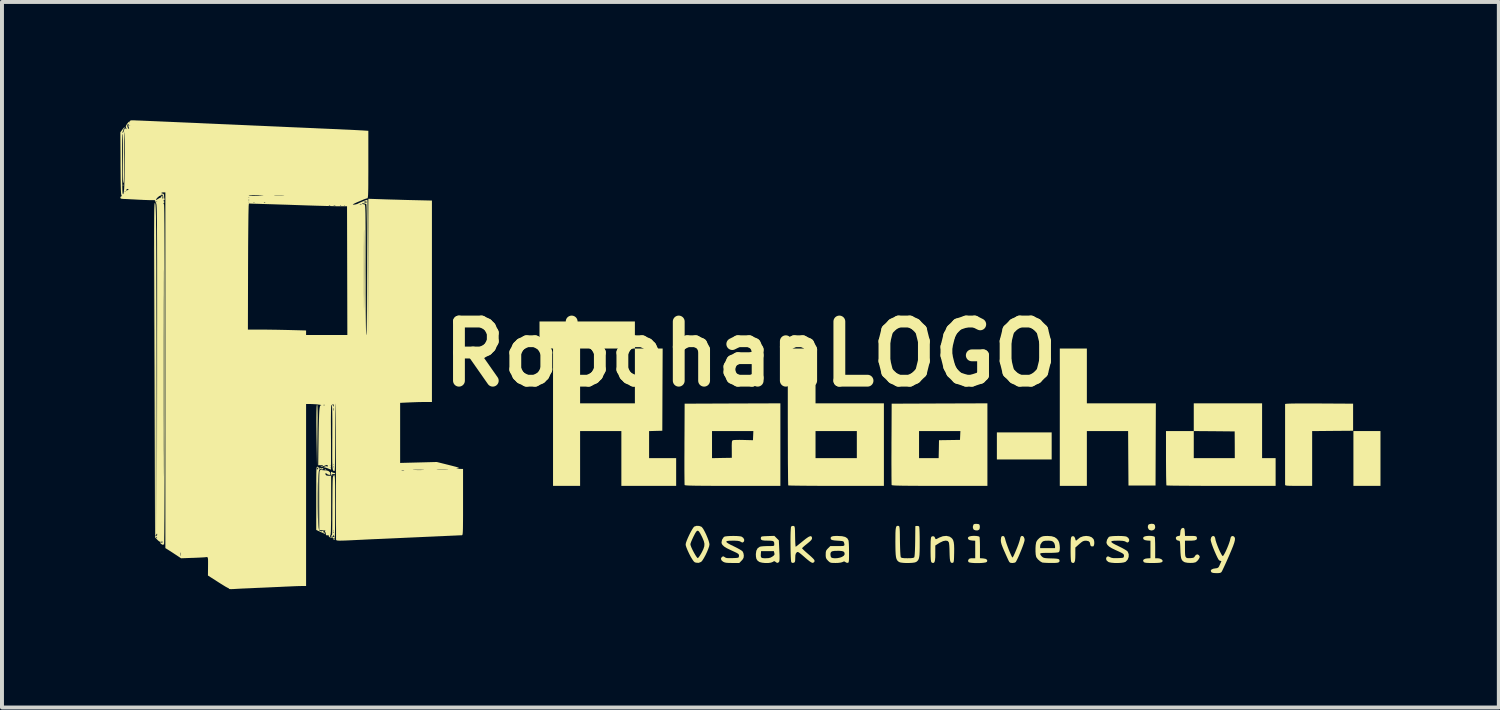
<source format=kicad_pcb>
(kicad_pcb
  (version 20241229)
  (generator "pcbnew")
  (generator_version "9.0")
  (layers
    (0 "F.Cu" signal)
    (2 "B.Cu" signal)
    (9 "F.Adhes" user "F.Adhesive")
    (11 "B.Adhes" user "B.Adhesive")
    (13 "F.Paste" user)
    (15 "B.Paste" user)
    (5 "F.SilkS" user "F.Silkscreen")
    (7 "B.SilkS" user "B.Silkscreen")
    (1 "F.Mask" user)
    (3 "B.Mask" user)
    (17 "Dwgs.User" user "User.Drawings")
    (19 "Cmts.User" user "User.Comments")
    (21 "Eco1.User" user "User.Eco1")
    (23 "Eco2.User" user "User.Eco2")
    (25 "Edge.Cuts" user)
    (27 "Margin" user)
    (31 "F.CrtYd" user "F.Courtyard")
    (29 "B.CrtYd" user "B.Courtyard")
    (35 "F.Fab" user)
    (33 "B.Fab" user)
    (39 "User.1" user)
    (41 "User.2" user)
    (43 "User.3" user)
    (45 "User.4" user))
  (footprint "RobohanLOGO"
    (layer "F.Cu")
    (at 15.977 5.922)
    (property "Reference" "RobohanLOGO" (at 0 0 0) (layer "F.SilkS") (effects (font (size 1.5 1.5) (thickness 0.3))))
    (attr board_only exclude_from_pos_files exclude_from_bom)
    (fp_poly (pts (xy -10.985 1.297) (xy -10.985 1.297) (xy -10.985 1.295)) (stroke (width 0) (type solid)) (fill yes) (layer "F.SilkS"))
    (fp_poly (pts (xy -10.95 2.821) (xy -10.95 2.821) (xy -10.95 2.821)) (stroke (width 0) (type solid)) (fill yes) (layer "F.SilkS"))
    (fp_poly (pts (xy -10.908 2.873) (xy -10.916 2.881) (xy -10.925 2.873) (xy -10.916 2.864)) (stroke (width 0) (type solid)) (fill yes) (layer "F.SilkS"))
    (fp_poly (pts (xy -15.904 -4.291) (xy -15.902 -4.264) (xy -15.905 -4.258) (xy -15.913 -4.263) (xy -15.914 -4.28) (xy -15.91 -4.299)) (stroke (width 0) (type solid)) (fill yes) (layer "F.SilkS"))
    (fp_poly (pts (xy -10.78 2.926) (xy -10.756 2.94) (xy -10.76 2.949) (xy -10.77 2.95) (xy -10.793 2.937) (xy -10.796 2.933) (xy -10.793 2.923)) (stroke (width 0) (type solid)) (fill yes) (layer "F.SilkS"))
    (fp_poly (pts (xy 7.632 2.332) (xy 7.632 2.675) (xy 6.937 2.675) (xy 6.243 2.675) (xy 6.243 2.332) (xy 6.243 1.989) (xy 6.937 1.989) (xy 7.632 1.989)) (stroke (width 0) (type solid)) (fill yes) (layer "F.SilkS"))
    (fp_poly (pts (xy 15.967 2.65) (xy 15.967 3.344) (xy 15.624 3.344) (xy 15.281 3.344) (xy 15.281 2.65) (xy 15.281 1.955) (xy 15.624 1.955) (xy 15.967 1.955)) (stroke (width 0) (type solid)) (fill yes) (layer "F.SilkS"))
    (fp_poly (pts (xy -10.985 1.297) (xy -10.994 2.058) (xy -11.002 2.821) (xy -11.007 2.052) (xy -11.007 1.863) (xy -11.008 1.706) (xy -11.007 1.578) (xy -11.006 1.477) (xy -11.004 1.401) (xy -11.002 1.347) (xy -10.998 1.312) (xy -10.994 1.294) (xy -10.989 1.291)) (stroke (width 0) (type solid)) (fill yes) (layer "F.SilkS"))
    (fp_poly (pts (xy -10.984 1.3) (xy -10.979 1.326) (xy -10.975 1.371) (xy -10.971 1.437) (xy -10.968 1.527) (xy -10.965 1.642) (xy -10.963 1.787) (xy -10.96 1.962) (xy -10.959 2.059) (xy -10.95 2.821) (xy -10.968 2.821) (xy -10.977 2.058) (xy -10.985 1.297)) (stroke (width 0) (type solid)) (fill yes) (layer "F.SilkS"))
    (fp_poly (pts (xy 10.221 4.312) (xy 10.247 4.337) (xy 10.256 4.386) (xy 10.256 4.4) (xy 10.242 4.441) (xy 10.206 4.467) (xy 10.159 4.476) (xy 10.113 4.463) (xy 10.094 4.449) (xy 10.071 4.407) (xy 10.071 4.359) (xy 10.088 4.325) (xy 10.118 4.312) (xy 10.164 4.305) (xy 10.172 4.305)) (stroke (width 0) (type solid)) (fill yes) (layer "F.SilkS"))
    (fp_poly (pts (xy 5.739 4.308) (xy 5.782 4.314) (xy 5.803 4.33) (xy 5.81 4.364) (xy 5.811 4.37) (xy 5.809 4.417) (xy 5.796 4.451) (xy 5.796 4.452) (xy 5.76 4.472) (xy 5.711 4.474) (xy 5.665 4.459) (xy 5.652 4.449) (xy 5.635 4.411) (xy 5.636 4.363) (xy 5.654 4.321) (xy 5.657 4.318) (xy 5.683 4.309) (xy 5.727 4.307)) (stroke (width 0) (type solid)) (fill yes) (layer "F.SilkS"))
    (fp_poly (pts (xy -10.609 2.997) (xy -10.583 3.012) (xy -10.58 3.012) (xy -10.549 3.016) (xy -10.548 3.016) (xy -10.531 3.032) (xy -10.53 3.038) (xy -10.545 3.049) (xy -10.573 3.046) (xy -10.603 3.042) (xy -10.607 3.055) (xy -10.605 3.061) (xy -10.605 3.083) (xy -10.612 3.087) (xy -10.627 3.072) (xy -10.637 3.036) (xy -10.637 3.036) (xy -10.638 2.995) (xy -10.626 2.985)) (stroke (width 0) (type solid)) (fill yes) (layer "F.SilkS"))
    (fp_poly (pts (xy 8.524 0.557) (xy 8.524 1.252) (xy 9.399 1.252) (xy 10.273 1.252) (xy 10.269 2.294) (xy 10.265 3.336) (xy 9.922 3.336) (xy 9.579 3.336) (xy 9.574 2.645) (xy 9.57 1.955) (xy 9.047 1.955) (xy 8.524 1.955) (xy 8.524 2.65) (xy 8.524 3.344) (xy 8.181 3.344) (xy 7.838 3.344) (xy 7.838 1.604) (xy 7.838 -0.137) (xy 8.181 -0.137) (xy 8.524 -0.137)) (stroke (width 0) (type solid)) (fill yes) (layer "F.SilkS"))
    (fp_poly (pts (xy -2.933 -0.48) (xy -2.933 -0.137) (xy -3.627 -0.137) (xy -4.322 -0.137) (xy -4.322 0.557) (xy -4.322 1.252) (xy -3.627 1.252) (xy -2.933 1.252) (xy -2.933 0.557) (xy -2.933 -0.137) (xy -2.581 -0.137) (xy -2.229 -0.137) (xy -2.234 0.905) (xy -2.238 1.947) (xy -2.405 1.951) (xy -2.573 1.956) (xy -2.573 2.299) (xy -2.573 2.641) (xy -2.23 2.641) (xy -1.887 2.641) (xy -1.887 2.993) (xy -1.887 3.344) (xy -2.581 3.344) (xy -3.276 3.344) (xy -3.276 2.65) (xy -3.276 1.955) (xy -3.799 1.955) (xy -4.322 1.955) (xy -4.322 2.65) (xy -4.322 3.344) (xy -4.665 3.344) (xy -5.008 3.344) (xy -5.008 1.604) (xy -5.008 -0.137) (xy -5.179 -0.137) (xy -5.351 -0.137) (xy -5.351 -0.48) (xy -5.351 -0.823) (xy -4.142 -0.823) (xy -2.933 -0.823)) (stroke (width 0) (type solid)) (fill yes) (layer "F.SilkS"))
    (fp_poly (pts (xy 5.722 4.614) (xy 5.772 4.622) (xy 5.801 4.636) (xy 5.804 4.641) (xy 5.807 4.667) (xy 5.81 4.72) (xy 5.813 4.795) (xy 5.814 4.883) (xy 5.814 4.923) (xy 5.814 5.178) (xy 5.894 5.183) (xy 5.956 5.194) (xy 5.992 5.217) (xy 6 5.248) (xy 5.987 5.272) (xy 5.959 5.285) (xy 5.906 5.294) (xy 5.836 5.3) (xy 5.757 5.302) (xy 5.678 5.301) (xy 5.607 5.296) (xy 5.553 5.288) (xy 5.524 5.276) (xy 5.523 5.275) (xy 5.512 5.244) (xy 5.522 5.215) (xy 5.543 5.191) (xy 5.581 5.181) (xy 5.617 5.179) (xy 5.694 5.179) (xy 5.694 4.957) (xy 5.694 4.735) (xy 5.614 4.73) (xy 5.552 4.719) (xy 5.516 4.696) (xy 5.508 4.665) (xy 5.521 4.641) (xy 5.551 4.625) (xy 5.601 4.615) (xy 5.661 4.611)) (stroke (width 0) (type solid)) (fill yes) (layer "F.SilkS"))
    (fp_poly (pts (xy 10.164 4.614) (xy 10.214 4.622) (xy 10.243 4.636) (xy 10.246 4.641) (xy 10.249 4.667) (xy 10.252 4.72) (xy 10.255 4.795) (xy 10.256 4.883) (xy 10.256 4.924) (xy 10.256 5.179) (xy 10.323 5.179) (xy 10.378 5.188) (xy 10.421 5.209) (xy 10.444 5.238) (xy 10.445 5.246) (xy 10.438 5.268) (xy 10.414 5.283) (xy 10.369 5.293) (xy 10.298 5.298) (xy 10.197 5.3) (xy 10.195 5.3) (xy 10.103 5.299) (xy 10.039 5.296) (xy 9.998 5.29) (xy 9.973 5.281) (xy 9.963 5.272) (xy 9.949 5.237) (xy 9.966 5.209) (xy 10.011 5.189) (xy 10.056 5.183) (xy 10.136 5.178) (xy 10.136 4.957) (xy 10.136 4.735) (xy 10.056 4.73) (xy 9.994 4.719) (xy 9.958 4.696) (xy 9.95 4.665) (xy 9.963 4.641) (xy 9.993 4.625) (xy 10.043 4.615) (xy 10.103 4.611)) (stroke (width 0) (type solid)) (fill yes) (layer "F.SilkS"))
    (fp_poly (pts (xy 12.966 1.947) (xy 12.966 2.641) (xy 13.137 2.641) (xy 13.309 2.641) (xy 13.309 2.993) (xy 13.309 3.344) (xy 11.931 3.344) (xy 11.717 3.344) (xy 11.512 3.344) (xy 11.32 3.343) (xy 11.144 3.342) (xy 10.984 3.341) (xy 10.846 3.34) (xy 10.73 3.339) (xy 10.639 3.337) (xy 10.577 3.335) (xy 10.545 3.334) (xy 10.542 3.333) (xy 10.539 3.314) (xy 10.537 3.264) (xy 10.535 3.188) (xy 10.533 3.088) (xy 10.532 2.969) (xy 10.531 2.834) (xy 10.53 2.687) (xy 10.53 2.638) (xy 10.53 1.955) (xy 10.882 1.955) (xy 11.234 1.955) (xy 11.234 2.298) (xy 11.234 2.641) (xy 11.754 2.641) (xy 12.274 2.641) (xy 12.273 2.302) (xy 12.271 1.964) (xy 11.752 1.959) (xy 11.234 1.955) (xy 11.234 1.604) (xy 11.234 1.252) (xy 12.1 1.252) (xy 12.966 1.252)) (stroke (width 0) (type solid)) (fill yes) (layer "F.SilkS"))
    (fp_poly (pts (xy 14.38 1.256) (xy 14.411 1.256) (xy 15.273 1.261) (xy 15.273 1.604) (xy 15.273 1.947) (xy 14.754 1.951) (xy 14.235 1.956) (xy 14.235 2.65) (xy 14.235 3.344) (xy 13.892 3.344) (xy 13.774 3.344) (xy 13.685 3.343) (xy 13.623 3.341) (xy 13.583 3.337) (xy 13.56 3.331) (xy 13.55 3.324) (xy 13.549 3.319) (xy 13.549 3.297) (xy 13.549 3.245) (xy 13.549 3.164) (xy 13.549 3.058) (xy 13.549 2.931) (xy 13.549 2.784) (xy 13.549 2.622) (xy 13.549 2.448) (xy 13.549 2.29) (xy 13.549 2.107) (xy 13.549 1.935) (xy 13.549 1.775) (xy 13.549 1.632) (xy 13.549 1.509) (xy 13.549 1.407) (xy 13.549 1.332) (xy 13.549 1.284) (xy 13.549 1.269) (xy 13.566 1.265) (xy 13.617 1.261) (xy 13.703 1.258) (xy 13.822 1.256) (xy 13.974 1.255) (xy 14.16 1.255)) (stroke (width 0) (type solid)) (fill yes) (layer "F.SilkS"))
    (fp_poly (pts (xy 6.003 2.298) (xy 6.003 3.344) (xy 4.793 3.344) (xy 4.55 3.344) (xy 4.34 3.344) (xy 4.16 3.343) (xy 4.008 3.342) (xy 3.883 3.341) (xy 3.782 3.339) (xy 3.704 3.337) (xy 3.646 3.334) (xy 3.607 3.331) (xy 3.584 3.327) (xy 3.575 3.323) (xy 3.575 3.323) (xy 3.574 3.302) (xy 3.573 3.25) (xy 3.572 3.17) (xy 3.571 3.065) (xy 3.571 2.938) (xy 3.57 2.792) (xy 3.57 2.63) (xy 3.571 2.455) (xy 3.571 2.281) (xy 3.573 1.955) (xy 4.27 1.955) (xy 4.27 2.298) (xy 4.27 2.641) (xy 4.519 2.641) (xy 4.767 2.641) (xy 4.772 2.414) (xy 4.776 2.187) (xy 5.042 2.183) (xy 5.308 2.179) (xy 5.313 2.067) (xy 5.318 1.955) (xy 4.794 1.955) (xy 4.27 1.955) (xy 3.573 1.955) (xy 3.576 1.261) (xy 4.789 1.256) (xy 6.003 1.252)) (stroke (width 0) (type solid)) (fill yes) (layer "F.SilkS"))
    (fp_poly (pts (xy 1.646 0.557) (xy 1.646 1.252) (xy 2.513 1.252) (xy 3.379 1.252) (xy 3.379 2.298) (xy 3.379 3.344) (xy 2.172 3.344) (xy 1.972 3.344) (xy 1.782 3.344) (xy 1.604 3.343) (xy 1.443 3.342) (xy 1.299 3.341) (xy 1.177 3.339) (xy 1.079 3.338) (xy 1.007 3.336) (xy 0.965 3.334) (xy 0.955 3.333) (xy 0.953 3.315) (xy 0.952 3.264) (xy 0.95 3.184) (xy 0.949 3.077) (xy 0.948 2.944) (xy 0.946 2.789) (xy 0.945 2.613) (xy 0.945 2.419) (xy 0.944 2.209) (xy 0.944 1.986) (xy 0.944 1.955) (xy 1.646 1.955) (xy 1.646 2.298) (xy 1.646 2.641) (xy 2.17 2.641) (xy 2.693 2.641) (xy 2.693 2.298) (xy 2.693 1.955) (xy 2.17 1.955) (xy 1.646 1.955) (xy 0.944 1.955) (xy 0.943 1.752) (xy 0.943 1.592) (xy 0.943 -0.137) (xy 1.295 -0.137) (xy 1.646 -0.137)) (stroke (width 0) (type solid)) (fill yes) (layer "F.SilkS"))
    (fp_poly (pts (xy 0.755 2.298) (xy 0.755 3.344) (xy -0.455 3.344) (xy -0.698 3.344) (xy -0.908 3.344) (xy -1.088 3.343) (xy -1.24 3.342) (xy -1.365 3.341) (xy -1.466 3.339) (xy -1.544 3.337) (xy -1.602 3.334) (xy -1.641 3.331) (xy -1.664 3.327) (xy -1.673 3.323) (xy -1.673 3.323) (xy -1.674 3.302) (xy -1.675 3.25) (xy -1.676 3.17) (xy -1.677 3.065) (xy -1.678 2.938) (xy -1.678 2.792) (xy -1.678 2.63) (xy -1.677 2.455) (xy -1.677 2.281) (xy -1.675 1.955) (xy -0.978 1.955) (xy -0.978 2.299) (xy -0.978 2.642) (xy -0.727 2.637) (xy -0.476 2.633) (xy -0.477 2.415) (xy -0.478 2.325) (xy -0.476 2.263) (xy -0.473 2.224) (xy -0.466 2.202) (xy -0.456 2.191) (xy -0.443 2.186) (xy -0.413 2.182) (xy -0.357 2.18) (xy -0.281 2.179) (xy -0.193 2.18) (xy -0.174 2.181) (xy 0.06 2.187) (xy 0.065 2.071) (xy 0.07 1.955) (xy -0.454 1.955) (xy -0.978 1.955) (xy -1.675 1.955) (xy -1.672 1.261) (xy -0.459 1.256) (xy 0.755 1.252)) (stroke (width 0) (type solid)) (fill yes) (layer "F.SilkS"))
    (fp_poly (pts (xy 8.583 4.622) (xy 8.648 4.649) (xy 8.693 4.694) (xy 8.695 4.698) (xy 8.709 4.742) (xy 8.713 4.794) (xy 8.707 4.842) (xy 8.693 4.873) (xy 8.687 4.877) (xy 8.645 4.88) (xy 8.616 4.858) (xy 8.61 4.833) (xy 8.599 4.777) (xy 8.565 4.745) (xy 8.506 4.734) (xy 8.501 4.734) (xy 8.459 4.737) (xy 8.423 4.749) (xy 8.383 4.776) (xy 8.33 4.821) (xy 8.232 4.908) (xy 8.232 5.083) (xy 8.23 5.176) (xy 8.224 5.239) (xy 8.211 5.278) (xy 8.191 5.296) (xy 8.172 5.3) (xy 8.145 5.289) (xy 8.133 5.279) (xy 8.124 5.257) (xy 8.118 5.209) (xy 8.114 5.132) (xy 8.112 5.024) (xy 8.112 4.955) (xy 8.113 4.843) (xy 8.114 4.761) (xy 8.117 4.703) (xy 8.122 4.665) (xy 8.13 4.642) (xy 8.139 4.629) (xy 8.174 4.617) (xy 8.206 4.634) (xy 8.227 4.674) (xy 8.229 4.688) (xy 8.239 4.724) (xy 8.257 4.73) (xy 8.287 4.704) (xy 8.294 4.698) (xy 8.354 4.651) (xy 8.428 4.623) (xy 8.507 4.613)) (stroke (width 0) (type solid)) (fill yes) (layer "F.SilkS"))
    (fp_poly (pts (xy 6.898 4.615) (xy 6.925 4.638) (xy 6.943 4.684) (xy 6.946 4.717) (xy 6.939 4.752) (xy 6.921 4.811) (xy 6.894 4.886) (xy 6.861 4.971) (xy 6.825 5.058) (xy 6.79 5.14) (xy 6.757 5.21) (xy 6.731 5.26) (xy 6.719 5.278) (xy 6.692 5.292) (xy 6.646 5.299) (xy 6.636 5.3) (xy 6.588 5.295) (xy 6.56 5.276) (xy 6.546 5.252) (xy 6.53 5.219) (xy 6.504 5.162) (xy 6.471 5.089) (xy 6.435 5.007) (xy 6.431 5) (xy 6.39 4.903) (xy 6.363 4.831) (xy 6.348 4.776) (xy 6.343 4.731) (xy 6.343 4.717) (xy 6.35 4.656) (xy 6.366 4.623) (xy 6.395 4.615) (xy 6.408 4.616) (xy 6.431 4.633) (xy 6.449 4.676) (xy 6.457 4.709) (xy 6.469 4.752) (xy 6.489 4.813) (xy 6.515 4.884) (xy 6.544 4.96) (xy 6.574 5.032) (xy 6.601 5.094) (xy 6.623 5.14) (xy 6.637 5.161) (xy 6.638 5.162) (xy 6.651 5.147) (xy 6.672 5.107) (xy 6.699 5.048) (xy 6.729 4.977) (xy 6.76 4.902) (xy 6.788 4.828) (xy 6.81 4.763) (xy 6.825 4.713) (xy 6.83 4.691) (xy 6.843 4.639) (xy 6.868 4.614)) (stroke (width 0) (type solid)) (fill yes) (layer "F.SilkS"))
    (fp_poly (pts (xy 5.04 4.629) (xy 5.09 4.662) (xy 5.118 4.692) (xy 5.137 4.729) (xy 5.15 4.778) (xy 5.158 4.843) (xy 5.161 4.932) (xy 5.16 5.047) (xy 5.159 5.077) (xy 5.157 5.166) (xy 5.154 5.226) (xy 5.149 5.263) (xy 5.142 5.284) (xy 5.13 5.293) (xy 5.115 5.296) (xy 5.09 5.295) (xy 5.071 5.278) (xy 5.058 5.243) (xy 5.05 5.184) (xy 5.045 5.098) (xy 5.043 5.02) (xy 5.041 4.936) (xy 5.037 4.861) (xy 5.031 4.804) (xy 5.025 4.775) (xy 4.996 4.741) (xy 4.946 4.732) (xy 4.88 4.745) (xy 4.8 4.783) (xy 4.78 4.795) (xy 4.682 4.856) (xy 4.682 5.057) (xy 4.681 5.156) (xy 4.675 5.224) (xy 4.665 5.268) (xy 4.649 5.292) (xy 4.626 5.299) (xy 4.622 5.3) (xy 4.594 5.289) (xy 4.583 5.279) (xy 4.574 5.257) (xy 4.568 5.209) (xy 4.564 5.132) (xy 4.562 5.024) (xy 4.562 4.955) (xy 4.563 4.842) (xy 4.564 4.759) (xy 4.568 4.7) (xy 4.573 4.662) (xy 4.58 4.64) (xy 4.588 4.631) (xy 4.625 4.618) (xy 4.659 4.633) (xy 4.677 4.665) (xy 4.684 4.687) (xy 4.694 4.696) (xy 4.715 4.691) (xy 4.755 4.67) (xy 4.781 4.656) (xy 4.874 4.621) (xy 4.962 4.612)) (stroke (width 0) (type solid)) (fill yes) (layer "F.SilkS"))
    (fp_poly (pts (xy 3.751 4.359) (xy 3.761 4.364) (xy 3.769 4.375) (xy 3.774 4.397) (xy 3.779 4.434) (xy 3.782 4.491) (xy 3.784 4.572) (xy 3.785 4.68) (xy 3.786 4.75) (xy 3.789 4.892) (xy 3.793 5.006) (xy 3.798 5.089) (xy 3.804 5.14) (xy 3.81 5.157) (xy 3.836 5.17) (xy 3.891 5.177) (xy 3.976 5.179) (xy 3.979 5.179) (xy 4.065 5.177) (xy 4.121 5.17) (xy 4.148 5.157) (xy 4.148 5.157) (xy 4.155 5.13) (xy 4.161 5.071) (xy 4.166 4.981) (xy 4.17 4.86) (xy 4.172 4.749) (xy 4.176 4.365) (xy 4.217 4.359) (xy 4.254 4.363) (xy 4.273 4.376) (xy 4.277 4.399) (xy 4.281 4.452) (xy 4.284 4.528) (xy 4.286 4.622) (xy 4.287 4.729) (xy 4.287 4.773) (xy 4.287 4.908) (xy 4.285 5.014) (xy 4.281 5.094) (xy 4.273 5.154) (xy 4.262 5.197) (xy 4.245 5.229) (xy 4.224 5.253) (xy 4.198 5.273) (xy 4.161 5.286) (xy 4.1 5.295) (xy 4.025 5.299) (xy 3.944 5.3) (xy 3.868 5.296) (xy 3.806 5.288) (xy 3.773 5.278) (xy 3.742 5.259) (xy 3.718 5.234) (xy 3.699 5.199) (xy 3.686 5.15) (xy 3.678 5.083) (xy 3.673 4.993) (xy 3.671 4.876) (xy 3.67 4.766) (xy 3.671 4.635) (xy 3.672 4.534) (xy 3.676 4.46) (xy 3.683 4.41) (xy 3.693 4.378) (xy 3.707 4.361) (xy 3.726 4.357)) (stroke (width 0) (type solid)) (fill yes) (layer "F.SilkS"))
    (fp_poly (pts (xy 11.755 4.624) (xy 11.775 4.66) (xy 11.779 4.682) (xy 11.788 4.727) (xy 11.807 4.788) (xy 11.833 4.859) (xy 11.863 4.933) (xy 11.895 5.004) (xy 11.925 5.063) (xy 11.95 5.106) (xy 11.968 5.124) (xy 11.97 5.124) (xy 11.988 5.107) (xy 12.013 5.064) (xy 12.044 5.004) (xy 12.076 4.933) (xy 12.107 4.858) (xy 12.133 4.787) (xy 12.152 4.728) (xy 12.158 4.699) (xy 12.174 4.642) (xy 12.202 4.615) (xy 12.238 4.62) (xy 12.255 4.631) (xy 12.272 4.653) (xy 12.279 4.683) (xy 12.275 4.727) (xy 12.26 4.786) (xy 12.232 4.866) (xy 12.191 4.968) (xy 12.136 5.097) (xy 12.124 5.125) (xy 12.078 5.23) (xy 12.035 5.326) (xy 11.997 5.408) (xy 11.967 5.471) (xy 11.948 5.51) (xy 11.943 5.518) (xy 11.925 5.54) (xy 11.898 5.551) (xy 11.854 5.556) (xy 11.81 5.557) (xy 11.739 5.553) (xy 11.696 5.543) (xy 11.678 5.53) (xy 11.664 5.495) (xy 11.682 5.466) (xy 11.728 5.445) (xy 11.775 5.437) (xy 11.822 5.43) (xy 11.852 5.417) (xy 11.873 5.39) (xy 11.896 5.34) (xy 11.935 5.251) (xy 11.897 5.242) (xy 11.878 5.231) (xy 11.857 5.205) (xy 11.832 5.158) (xy 11.799 5.088) (xy 11.761 5.001) (xy 11.724 4.911) (xy 11.694 4.829) (xy 11.673 4.762) (xy 11.663 4.718) (xy 11.662 4.711) (xy 11.672 4.658) (xy 11.696 4.625) (xy 11.726 4.613)) (stroke (width 0) (type solid)) (fill yes) (layer "F.SilkS"))
    (fp_poly (pts (xy -1.303 4.36) (xy -1.248 4.38) (xy -1.234 4.392) (xy -1.202 4.433) (xy -1.166 4.498) (xy -1.128 4.575) (xy -1.093 4.658) (xy -1.064 4.735) (xy -1.047 4.798) (xy -1.043 4.829) (xy -1.051 4.877) (xy -1.074 4.944) (xy -1.106 5.022) (xy -1.144 5.102) (xy -1.184 5.175) (xy -1.221 5.234) (xy -1.252 5.27) (xy -1.255 5.272) (xy -1.317 5.296) (xy -1.387 5.291) (xy -1.42 5.278) (xy -1.445 5.254) (xy -1.479 5.205) (xy -1.518 5.14) (xy -1.557 5.065) (xy -1.593 4.988) (xy -1.623 4.917) (xy -1.642 4.859) (xy -1.646 4.829) (xy -1.645 4.824) (xy -1.526 4.824) (xy -1.519 4.858) (xy -1.499 4.91) (xy -1.47 4.971) (xy -1.436 5.036) (xy -1.402 5.096) (xy -1.371 5.143) (xy -1.347 5.171) (xy -1.338 5.176) (xy -1.319 5.159) (xy -1.29 5.119) (xy -1.256 5.063) (xy -1.24 5.034) (xy -1.197 4.947) (xy -1.174 4.877) (xy -1.17 4.813) (xy -1.185 4.746) (xy -1.219 4.664) (xy -1.239 4.622) (xy -1.28 4.544) (xy -1.312 4.496) (xy -1.34 4.479) (xy -1.369 4.494) (xy -1.401 4.539) (xy -1.441 4.616) (xy -1.45 4.634) (xy -1.482 4.703) (xy -1.508 4.764) (xy -1.523 4.808) (xy -1.526 4.824) (xy -1.645 4.824) (xy -1.639 4.789) (xy -1.618 4.73) (xy -1.588 4.658) (xy -1.552 4.581) (xy -1.514 4.506) (xy -1.477 4.442) (xy -1.446 4.395) (xy -1.426 4.375) (xy -1.367 4.357)) (stroke (width 0) (type solid)) (fill yes) (layer "F.SilkS"))
    (fp_poly (pts (xy 10.969 4.41) (xy 10.989 4.42) (xy 11 4.445) (xy 11.006 4.493) (xy 11.007 4.515) (xy 11.012 4.614) (xy 11.156 4.614) (xy 11.227 4.614) (xy 11.271 4.618) (xy 11.295 4.626) (xy 11.308 4.639) (xy 11.311 4.649) (xy 11.315 4.686) (xy 11.297 4.712) (xy 11.253 4.727) (xy 11.18 4.733) (xy 11.146 4.734) (xy 11.011 4.734) (xy 11.011 4.937) (xy 11.012 5.034) (xy 11.016 5.101) (xy 11.027 5.144) (xy 11.048 5.167) (xy 11.081 5.177) (xy 11.13 5.177) (xy 11.151 5.176) (xy 11.207 5.17) (xy 11.239 5.159) (xy 11.257 5.137) (xy 11.259 5.132) (xy 11.288 5.094) (xy 11.325 5.081) (xy 11.359 5.096) (xy 11.365 5.103) (xy 11.382 5.129) (xy 11.385 5.15) (xy 11.372 5.179) (xy 11.354 5.21) (xy 11.319 5.252) (xy 11.28 5.281) (xy 11.275 5.283) (xy 11.219 5.295) (xy 11.147 5.298) (xy 11.073 5.294) (xy 11.011 5.282) (xy 10.99 5.273) (xy 10.956 5.25) (xy 10.932 5.221) (xy 10.915 5.179) (xy 10.904 5.119) (xy 10.897 5.035) (xy 10.894 4.952) (xy 10.891 4.862) (xy 10.887 4.801) (xy 10.883 4.763) (xy 10.875 4.743) (xy 10.864 4.735) (xy 10.848 4.734) (xy 10.846 4.734) (xy 10.807 4.721) (xy 10.783 4.691) (xy 10.78 4.655) (xy 10.789 4.638) (xy 10.821 4.619) (xy 10.85 4.614) (xy 10.875 4.61) (xy 10.887 4.592) (xy 10.891 4.552) (xy 10.891 4.54) (xy 10.899 4.472) (xy 10.921 4.427) (xy 10.956 4.409)) (stroke (width 0) (type solid)) (fill yes) (layer "F.SilkS"))
    (fp_poly (pts (xy 9.4 4.615) (xy 9.467 4.62) (xy 9.516 4.627) (xy 9.526 4.63) (xy 9.57 4.659) (xy 9.595 4.699) (xy 9.596 4.74) (xy 9.583 4.763) (xy 9.56 4.78) (xy 9.538 4.777) (xy 9.512 4.762) (xy 9.479 4.747) (xy 9.43 4.738) (xy 9.358 4.734) (xy 9.305 4.734) (xy 9.22 4.735) (xy 9.166 4.742) (xy 9.142 4.755) (xy 9.149 4.774) (xy 9.188 4.803) (xy 9.259 4.841) (xy 9.336 4.878) (xy 9.416 4.918) (xy 9.484 4.956) (xy 9.535 4.988) (xy 9.559 5.01) (xy 9.585 5.075) (xy 9.584 5.146) (xy 9.559 5.213) (xy 9.511 5.265) (xy 9.502 5.271) (xy 9.457 5.286) (xy 9.388 5.296) (xy 9.307 5.3) (xy 9.222 5.299) (xy 9.146 5.292) (xy 9.087 5.28) (xy 9.07 5.273) (xy 9.027 5.238) (xy 9.01 5.196) (xy 9.021 5.156) (xy 9.027 5.149) (xy 9.048 5.133) (xy 9.072 5.134) (xy 9.111 5.152) (xy 9.15 5.168) (xy 9.2 5.176) (xy 9.27 5.177) (xy 9.313 5.176) (xy 9.383 5.173) (xy 9.427 5.169) (xy 9.45 5.161) (xy 9.46 5.147) (xy 9.464 5.127) (xy 9.465 5.103) (xy 9.459 5.084) (xy 9.441 5.065) (xy 9.407 5.044) (xy 9.352 5.017) (xy 9.271 4.98) (xy 9.255 4.973) (xy 9.156 4.925) (xy 9.087 4.882) (xy 9.045 4.841) (xy 9.024 4.799) (xy 9.021 4.773) (xy 9.036 4.708) (xy 9.072 4.65) (xy 9.088 4.635) (xy 9.118 4.626) (xy 9.172 4.619) (xy 9.243 4.615) (xy 9.322 4.614)) (stroke (width 0) (type solid)) (fill yes) (layer "F.SilkS"))
    (fp_poly (pts (xy 0.659 4.669) (xy 0.716 4.725) (xy 0.728 4.987) (xy 0.733 5.097) (xy 0.734 5.176) (xy 0.732 5.23) (xy 0.726 5.262) (xy 0.72 5.274) (xy 0.689 5.297) (xy 0.655 5.289) (xy 0.633 5.272) (xy 0.608 5.254) (xy 0.584 5.258) (xy 0.563 5.272) (xy 0.516 5.29) (xy 0.448 5.3) (xy 0.369 5.3) (xy 0.293 5.292) (xy 0.231 5.276) (xy 0.212 5.266) (xy 0.171 5.234) (xy 0.146 5.192) (xy 0.135 5.132) (xy 0.135 5.123) (xy 0.258 5.123) (xy 0.268 5.157) (xy 0.296 5.174) (xy 0.349 5.179) (xy 0.381 5.179) (xy 0.452 5.176) (xy 0.503 5.164) (xy 0.549 5.139) (xy 0.552 5.137) (xy 0.591 5.107) (xy 0.606 5.083) (xy 0.603 5.051) (xy 0.602 5.047) (xy 0.589 4.999) (xy 0.428 4.999) (xy 0.266 4.999) (xy 0.26 5.066) (xy 0.258 5.123) (xy 0.135 5.123) (xy 0.133 5.074) (xy 0.145 4.989) (xy 0.179 4.925) (xy 0.234 4.887) (xy 0.27 4.88) (xy 0.329 4.874) (xy 0.403 4.871) (xy 0.438 4.871) (xy 0.514 4.87) (xy 0.561 4.868) (xy 0.587 4.863) (xy 0.598 4.852) (xy 0.6 4.835) (xy 0.6 4.829) (xy 0.598 4.785) (xy 0.586 4.756) (xy 0.559 4.741) (xy 0.51 4.735) (xy 0.44 4.733) (xy 0.356 4.731) (xy 0.301 4.724) (xy 0.271 4.71) (xy 0.259 4.687) (xy 0.26 4.663) (xy 0.264 4.644) (xy 0.275 4.632) (xy 0.299 4.625) (xy 0.343 4.621) (xy 0.413 4.618) (xy 0.434 4.617) (xy 0.602 4.612)) (stroke (width 0) (type solid)) (fill yes) (layer "F.SilkS"))
    (fp_poly (pts (xy -0.359 4.615) (xy -0.291 4.62) (xy -0.243 4.627) (xy -0.232 4.63) (xy -0.189 4.659) (xy -0.164 4.699) (xy -0.163 4.74) (xy -0.176 4.763) (xy -0.199 4.78) (xy -0.221 4.777) (xy -0.247 4.762) (xy -0.28 4.747) (xy -0.329 4.738) (xy -0.401 4.734) (xy -0.454 4.734) (xy -0.539 4.735) (xy -0.593 4.742) (xy -0.617 4.755) (xy -0.609 4.774) (xy -0.57 4.803) (xy -0.5 4.841) (xy -0.423 4.878) (xy -0.343 4.918) (xy -0.274 4.956) (xy -0.224 4.988) (xy -0.2 5.01) (xy -0.181 5.054) (xy -0.172 5.109) (xy -0.172 5.116) (xy -0.178 5.167) (xy -0.202 5.21) (xy -0.23 5.241) (xy -0.288 5.3) (xy -0.466 5.299) (xy -0.552 5.298) (xy -0.612 5.294) (xy -0.654 5.286) (xy -0.688 5.271) (xy -0.7 5.265) (xy -0.741 5.227) (xy -0.752 5.187) (xy -0.731 5.15) (xy -0.717 5.139) (xy -0.687 5.131) (xy -0.655 5.151) (xy -0.633 5.165) (xy -0.602 5.174) (xy -0.553 5.177) (xy -0.48 5.176) (xy -0.461 5.176) (xy -0.386 5.173) (xy -0.339 5.169) (xy -0.312 5.163) (xy -0.3 5.151) (xy -0.296 5.132) (xy -0.295 5.127) (xy -0.294 5.103) (xy -0.3 5.084) (xy -0.317 5.065) (xy -0.351 5.044) (xy -0.407 5.017) (xy -0.488 4.98) (xy -0.503 4.973) (xy -0.602 4.925) (xy -0.671 4.882) (xy -0.714 4.841) (xy -0.735 4.799) (xy -0.737 4.773) (xy -0.723 4.708) (xy -0.686 4.65) (xy -0.67 4.635) (xy -0.641 4.626) (xy -0.586 4.619) (xy -0.515 4.615) (xy -0.437 4.614)) (stroke (width 0) (type solid)) (fill yes) (layer "F.SilkS"))
    (fp_poly (pts (xy 1.098 4.362) (xy 1.109 4.37) (xy 1.117 4.387) (xy 1.122 4.419) (xy 1.125 4.471) (xy 1.127 4.548) (xy 1.128 4.626) (xy 1.13 4.717) (xy 1.133 4.794) (xy 1.137 4.851) (xy 1.141 4.883) (xy 1.143 4.888) (xy 1.159 4.878) (xy 1.196 4.849) (xy 1.248 4.807) (xy 1.311 4.756) (xy 1.318 4.75) (xy 1.402 4.683) (xy 1.464 4.64) (xy 1.509 4.62) (xy 1.538 4.622) (xy 1.553 4.645) (xy 1.557 4.665) (xy 1.555 4.689) (xy 1.539 4.716) (xy 1.506 4.75) (xy 1.45 4.797) (xy 1.433 4.811) (xy 1.377 4.856) (xy 1.334 4.894) (xy 1.308 4.919) (xy 1.304 4.926) (xy 1.316 4.941) (xy 1.349 4.974) (xy 1.398 5.019) (xy 1.457 5.07) (xy 1.531 5.135) (xy 1.581 5.183) (xy 1.611 5.217) (xy 1.622 5.243) (xy 1.619 5.264) (xy 1.61 5.276) (xy 1.591 5.292) (xy 1.569 5.296) (xy 1.537 5.284) (xy 1.493 5.255) (xy 1.432 5.206) (xy 1.369 5.152) (xy 1.3 5.092) (xy 1.251 5.052) (xy 1.218 5.029) (xy 1.197 5.02) (xy 1.181 5.023) (xy 1.166 5.034) (xy 1.165 5.035) (xy 1.146 5.061) (xy 1.135 5.1) (xy 1.132 5.163) (xy 1.132 5.172) (xy 1.13 5.235) (xy 1.122 5.272) (xy 1.106 5.288) (xy 1.105 5.289) (xy 1.068 5.299) (xy 1.043 5.288) (xy 1.032 5.279) (xy 1.027 5.257) (xy 1.022 5.206) (xy 1.018 5.132) (xy 1.015 5.041) (xy 1.013 4.938) (xy 1.012 4.83) (xy 1.011 4.721) (xy 1.012 4.618) (xy 1.014 4.527) (xy 1.018 4.452) (xy 1.022 4.4) (xy 1.027 4.376) (xy 1.054 4.361) (xy 1.082 4.359)) (stroke (width 0) (type solid)) (fill yes) (layer "F.SilkS"))
    (fp_poly (pts (xy 7.63 4.621) (xy 7.706 4.644) (xy 7.765 4.686) (xy 7.804 4.738) (xy 7.823 4.786) (xy 7.834 4.849) (xy 7.839 4.916) (xy 7.835 4.975) (xy 7.822 5.016) (xy 7.817 5.022) (xy 7.79 5.032) (xy 7.732 5.038) (xy 7.641 5.042) (xy 7.569 5.042) (xy 7.475 5.043) (xy 7.41 5.045) (xy 7.37 5.049) (xy 7.348 5.055) (xy 7.341 5.065) (xy 7.34 5.069) (xy 7.352 5.098) (xy 7.381 5.133) (xy 7.385 5.137) (xy 7.408 5.155) (xy 7.433 5.168) (xy 7.469 5.175) (xy 7.523 5.18) (xy 7.603 5.183) (xy 7.619 5.183) (xy 7.706 5.186) (xy 7.764 5.191) (xy 7.8 5.198) (xy 7.82 5.209) (xy 7.826 5.217) (xy 7.834 5.25) (xy 7.822 5.272) (xy 7.805 5.285) (xy 7.776 5.293) (xy 7.727 5.297) (xy 7.653 5.298) (xy 7.608 5.298) (xy 7.529 5.297) (xy 7.461 5.294) (xy 7.412 5.29) (xy 7.392 5.287) (xy 7.337 5.255) (xy 7.284 5.208) (xy 7.246 5.158) (xy 7.239 5.142) (xy 7.227 5.085) (xy 7.222 5.009) (xy 7.222 4.925) (xy 7.222 4.922) (xy 7.34 4.922) (xy 7.529 4.922) (xy 7.718 4.922) (xy 7.718 4.868) (xy 7.703 4.808) (xy 7.68 4.773) (xy 7.654 4.751) (xy 7.62 4.739) (xy 7.568 4.734) (xy 7.534 4.734) (xy 7.47 4.736) (xy 7.428 4.744) (xy 7.398 4.761) (xy 7.383 4.776) (xy 7.348 4.83) (xy 7.34 4.87) (xy 7.34 4.922) (xy 7.222 4.922) (xy 7.227 4.845) (xy 7.238 4.781) (xy 7.245 4.76) (xy 7.274 4.714) (xy 7.319 4.669) (xy 7.334 4.658) (xy 7.375 4.634) (xy 7.415 4.621) (xy 7.468 4.615) (xy 7.529 4.614)) (stroke (width 0) (type solid)) (fill yes) (layer "F.SilkS"))
    (fp_poly (pts (xy 2.319 4.62) (xy 2.398 4.639) (xy 2.451 4.673) (xy 2.48 4.723) (xy 2.482 4.729) (xy 2.487 4.763) (xy 2.491 4.823) (xy 2.494 4.903) (xy 2.495 4.995) (xy 2.495 5.033) (xy 2.495 5.133) (xy 2.494 5.203) (xy 2.491 5.249) (xy 2.485 5.277) (xy 2.477 5.291) (xy 2.465 5.296) (xy 2.464 5.296) (xy 2.427 5.291) (xy 2.404 5.277) (xy 2.378 5.26) (xy 2.35 5.265) (xy 2.332 5.275) (xy 2.289 5.288) (xy 2.22 5.297) (xy 2.155 5.299) (xy 2.087 5.298) (xy 2.042 5.294) (xy 2.011 5.283) (xy 1.984 5.262) (xy 1.962 5.241) (xy 1.928 5.203) (xy 1.911 5.169) (xy 1.904 5.123) (xy 1.904 5.085) (xy 2.024 5.085) (xy 2.03 5.13) (xy 2.044 5.159) (xy 2.079 5.174) (xy 2.136 5.18) (xy 2.203 5.176) (xy 2.268 5.163) (xy 2.316 5.145) (xy 2.364 5.114) (xy 2.383 5.082) (xy 2.384 5.071) (xy 2.378 5.034) (xy 2.358 5.011) (xy 2.317 4.997) (xy 2.251 4.991) (xy 2.204 4.991) (xy 2.123 4.993) (xy 2.07 5.002) (xy 2.04 5.02) (xy 2.026 5.051) (xy 2.024 5.085) (xy 1.904 5.085) (xy 1.906 5.026) (xy 1.916 4.986) (xy 1.94 4.952) (xy 1.962 4.929) (xy 2.02 4.871) (xy 2.202 4.871) (xy 2.285 4.87) (xy 2.339 4.868) (xy 2.368 4.86) (xy 2.379 4.844) (xy 2.377 4.817) (xy 2.369 4.785) (xy 2.361 4.764) (xy 2.347 4.751) (xy 2.319 4.743) (xy 2.27 4.738) (xy 2.205 4.734) (xy 2.126 4.728) (xy 2.075 4.719) (xy 2.046 4.707) (xy 2.035 4.696) (xy 2.027 4.663) (xy 2.04 4.641) (xy 2.06 4.627) (xy 2.097 4.618) (xy 2.157 4.614) (xy 2.21 4.614)) (stroke (width 0) (type solid)) (fill yes) (layer "F.SilkS"))
    (fp_poly (pts (xy -10.976 2.859) (xy -10.948 2.877) (xy -10.942 2.892) (xy -10.936 2.908) (xy -10.924 2.904) (xy -10.885 2.904) (xy -10.883 2.914) (xy -10.873 2.916) (xy -10.859 2.909) (xy -10.862 2.904) (xy -10.882 2.902) (xy -10.885 2.904) (xy -10.924 2.904) (xy -10.911 2.9) (xy -10.908 2.898) (xy -10.877 2.89) (xy -10.847 2.894) (xy -10.829 2.905) (xy -10.833 2.92) (xy -10.838 2.923) (xy -10.87 2.929) (xy -10.885 2.925) (xy -10.902 2.92) (xy -10.916 2.919) (xy -10.928 2.926) (xy -10.937 2.943) (xy -10.945 2.973) (xy -10.95 3.019) (xy -10.954 3.083) (xy -10.957 3.169) (xy -10.958 3.279) (xy -10.959 3.416) (xy -10.959 3.583) (xy -10.959 3.713) (xy -10.959 3.898) (xy -10.959 4.051) (xy -10.959 4.176) (xy -10.957 4.275) (xy -10.954 4.351) (xy -10.95 4.407) (xy -10.943 4.446) (xy -10.934 4.471) (xy -10.922 4.484) (xy -10.907 4.49) (xy -10.888 4.489) (xy -10.866 4.486) (xy -10.855 4.484) (xy -10.819 4.481) (xy -10.813 4.486) (xy -10.832 4.504) (xy -10.832 4.504) (xy -10.849 4.52) (xy -10.843 4.519) (xy -10.816 4.521) (xy -10.795 4.535) (xy -10.779 4.555) (xy -10.786 4.56) (xy -10.818 4.549) (xy -10.878 4.523) (xy -10.903 4.511) (xy -10.923 4.502) (xy -10.891 4.502) (xy -10.882 4.511) (xy -10.873 4.502) (xy -10.882 4.493) (xy -10.891 4.502) (xy -10.923 4.502) (xy -11.011 4.461) (xy -11.011 3.705) (xy -10.986 3.705) (xy -10.986 3.847) (xy -10.985 3.966) (xy -10.985 4.06) (xy -10.984 4.127) (xy -10.984 4.166) (xy -10.983 4.175) (xy -10.982 4.153) (xy -10.981 4.099) (xy -10.981 4.086) (xy -10.979 3.941) (xy -10.979 3.776) (xy -10.979 3.605) (xy -10.98 3.442) (xy -10.981 3.323) (xy -10.982 3.263) (xy -10.983 3.235) (xy -10.983 3.239) (xy -10.984 3.273) (xy -10.985 3.336) (xy -10.985 3.425) (xy -10.986 3.54) (xy -10.986 3.679) (xy -10.986 3.705) (xy -11.011 3.705) (xy -11.011 3.655) (xy -11.011 3.469) (xy -11.01 3.313) (xy -11.01 3.186) (xy -11.009 3.085) (xy -11.008 3.007) (xy -11.006 2.949) (xy -11.003 2.908) (xy -11.002 2.899) (xy -10.989 2.899) (xy -10.984 2.918) (xy -10.97 2.931) (xy -10.963 2.918) (xy -10.963 2.891) (xy -10.966 2.886) (xy -10.982 2.882) (xy -10.989 2.899) (xy -11.002 2.899) (xy -11 2.881) (xy -10.995 2.866) (xy -10.989 2.859) (xy -10.982 2.858)) (stroke (width 0) (type solid)) (fill yes) (layer "F.SilkS"))
    (fp_poly (pts (xy -10.859 2.945) (xy -10.804 2.951) (xy -10.755 2.953) (xy -10.753 2.953) (xy -10.703 2.966) (xy -10.665 2.998) (xy -10.651 3.04) (xy -10.656 3.063) (xy -10.679 3.066) (xy -10.698 3.062) (xy -10.734 3.048) (xy -10.751 3.034) (xy -10.764 3.018) (xy -10.776 3.027) (xy -10.776 3.053) (xy -10.761 3.076) (xy -10.728 3.086) (xy -10.7 3.087) (xy -10.633 3.087) (xy -10.633 3.84) (xy -10.634 4.033) (xy -10.634 4.194) (xy -10.636 4.325) (xy -10.638 4.427) (xy -10.64 4.504) (xy -10.644 4.557) (xy -10.648 4.588) (xy -10.653 4.6) (xy -10.654 4.6) (xy -10.665 4.617) (xy -10.661 4.627) (xy -10.641 4.646) (xy -10.626 4.642) (xy -10.627 4.622) (xy -10.627 4.617) (xy -10.614 4.617) (xy -10.603 4.625) (xy -10.59 4.631) (xy -10.562 4.643) (xy -10.553 4.647) (xy -10.553 4.634) (xy -10.554 4.623) (xy -10.567 4.591) (xy -10.573 4.584) (xy -10.579 4.583) (xy -10.575 4.592) (xy -10.576 4.61) (xy -10.594 4.615) (xy -10.614 4.617) (xy -10.627 4.617) (xy -10.628 4.6) (xy -10.622 4.596) (xy -10.617 4.597) (xy -10.614 4.595) (xy -10.611 4.59) (xy -10.609 4.577) (xy -10.607 4.555) (xy -10.606 4.519) (xy -10.606 4.518) (xy -10.581 4.518) (xy -10.577 4.54) (xy -10.572 4.54) (xy -10.567 4.517) (xy -10.57 4.507) (xy -10.578 4.501) (xy -10.581 4.518) (xy -10.606 4.518) (xy -10.605 4.468) (xy -10.605 4.468) (xy -10.582 4.468) (xy -10.573 4.476) (xy -10.565 4.468) (xy -10.573 4.459) (xy -10.582 4.468) (xy -10.605 4.468) (xy -10.604 4.399) (xy -10.603 4.308) (xy -10.603 4.192) (xy -10.602 4.05) (xy -10.602 3.877) (xy -10.601 3.776) (xy -10.6 3.594) (xy -10.599 3.444) (xy -10.597 3.323) (xy -10.595 3.231) (xy -10.592 3.164) (xy -10.588 3.122) (xy -10.583 3.1) (xy -10.579 3.097) (xy -10.568 3.099) (xy -10.572 3.09) (xy -10.57 3.073) (xy -10.557 3.07) (xy -10.551 3.073) (xy -10.546 3.083) (xy -10.542 3.104) (xy -10.538 3.138) (xy -10.536 3.187) (xy -10.534 3.255) (xy -10.532 3.345) (xy -10.531 3.459) (xy -10.531 3.6) (xy -10.53 3.771) (xy -10.53 3.893) (xy -10.531 4.062) (xy -10.532 4.218) (xy -10.533 4.358) (xy -10.535 4.48) (xy -10.537 4.58) (xy -10.54 4.654) (xy -10.543 4.701) (xy -10.546 4.716) (xy -10.568 4.705) (xy -10.58 4.693) (xy -10.587 4.675) (xy -10.576 4.675) (xy -10.573 4.682) (xy -10.558 4.698) (xy -10.555 4.699) (xy -10.548 4.686) (xy -10.548 4.682) (xy -10.561 4.666) (xy -10.566 4.665) (xy -10.576 4.675) (xy -10.587 4.675) (xy -10.59 4.667) (xy -10.586 4.656) (xy -10.588 4.65) (xy -10.605 4.654) (xy -10.639 4.656) (xy -10.672 4.645) (xy -10.692 4.627) (xy -10.692 4.611) (xy -10.695 4.598) (xy -10.705 4.597) (xy -10.751 4.598) (xy -10.767 4.582) (xy -10.765 4.571) (xy -10.768 4.54) (xy -10.781 4.52) (xy -10.796 4.499) (xy -10.786 4.493) (xy -10.774 4.486) (xy -10.778 4.481) (xy -10.802 4.473) (xy -10.846 4.468) (xy -10.862 4.468) (xy -10.933 4.468) (xy -10.936 3.773) (xy -10.936 3.619) (xy -10.936 3.473) (xy -10.936 3.34) (xy -10.935 3.224) (xy -10.934 3.128) (xy -10.932 3.056) (xy -10.93 3.014) (xy -10.93 3.007) (xy -10.923 2.963) (xy -10.911 2.944) (xy -10.883 2.942)) (stroke (width 0) (type solid)) (fill yes) (layer "F.SilkS"))
    (fp_poly (pts (xy -15.616 -5.921) (xy -15.556 -5.918) (xy -15.465 -5.915) (xy -15.347 -5.91) (xy -15.205 -5.904) (xy -15.042 -5.897) (xy -14.863 -5.889) (xy -14.67 -5.881) (xy -14.466 -5.872) (xy -14.256 -5.863) (xy -14.043 -5.854) (xy -13.83 -5.844) (xy -13.62 -5.835) (xy -13.418 -5.826) (xy -13.226 -5.818) (xy -13.048 -5.81) (xy -12.887 -5.803) (xy -12.751 -5.797) (xy -12.58 -5.789) (xy -12.382 -5.781) (xy -12.164 -5.771) (xy -11.932 -5.761) (xy -11.695 -5.75) (xy -11.458 -5.74) (xy -11.23 -5.73) (xy -11.017 -5.721) (xy -11.011 -5.72) (xy -10.824 -5.712) (xy -10.643 -5.704) (xy -10.471 -5.697) (xy -10.313 -5.689) (xy -10.171 -5.683) (xy -10.05 -5.677) (xy -9.954 -5.672) (xy -9.885 -5.668) (xy -9.857 -5.667) (xy -9.69 -5.656) (xy -9.69 -4.8) (xy -9.69 -4.605) (xy -9.691 -4.441) (xy -9.691 -4.305) (xy -9.692 -4.197) (xy -9.694 -4.111) (xy -9.696 -4.047) (xy -9.699 -4.001) (xy -9.703 -3.97) (xy -9.707 -3.953) (xy -9.712 -3.945) (xy -9.715 -3.945) (xy -9.747 -3.938) (xy -9.792 -3.922) (xy -9.797 -3.921) (xy -9.842 -3.901) (xy -9.904 -3.875) (xy -9.968 -3.848) (xy -10.024 -3.823) (xy -10.065 -3.802) (xy -10.084 -3.79) (xy -10.084 -3.789) (xy -10.07 -3.784) (xy -10.037 -3.786) (xy -9.997 -3.794) (xy -9.963 -3.805) (xy -9.954 -3.81) (xy -9.948 -3.813) (xy -9.852 -3.813) (xy -9.844 -3.808) (xy -9.805 -3.792) (xy -9.789 -3.791) (xy -9.784 -3.789) (xy -9.779 -3.784) (xy -9.775 -3.772) (xy -9.772 -3.752) (xy -9.769 -3.722) (xy -9.767 -3.68) (xy -9.765 -3.624) (xy -9.763 -3.552) (xy -9.762 -3.462) (xy -9.761 -3.351) (xy -9.76 -3.218) (xy -9.759 -3.061) (xy -9.759 -2.878) (xy -9.759 -2.667) (xy -9.759 -2.426) (xy -9.759 -2.152) (xy -9.759 -2.135) (xy -9.758 -1.821) (xy -9.758 -1.54) (xy -9.757 -1.291) (xy -9.756 -1.075) (xy -9.754 -0.892) (xy -9.752 -0.742) (xy -9.75 -0.626) (xy -9.747 -0.544) (xy -9.745 -0.495) (xy -9.742 -0.48) (xy -9.738 -0.497) (xy -9.735 -0.549) (xy -9.733 -0.634) (xy -9.731 -0.752) (xy -9.729 -0.905) (xy -9.727 -1.09) (xy -9.726 -1.309) (xy -9.725 -1.56) (xy -9.725 -1.844) (xy -9.724 -2.134) (xy -9.724 -2.43) (xy -9.725 -2.692) (xy -9.725 -2.923) (xy -9.726 -3.124) (xy -9.727 -3.295) (xy -9.729 -3.439) (xy -9.731 -3.557) (xy -9.733 -3.65) (xy -9.735 -3.72) (xy -9.738 -3.767) (xy -9.741 -3.793) (xy -9.744 -3.8) (xy -9.774 -3.811) (xy -9.817 -3.818) (xy -9.85 -3.82) (xy -9.852 -3.813) (xy -9.948 -3.813) (xy -9.931 -3.822) (xy -9.889 -3.841) (xy -9.857 -3.855) (xy -9.805 -3.855) (xy -9.799 -3.847) (xy -9.783 -3.841) (xy -9.748 -3.835) (xy -9.73 -3.844) (xy -9.733 -3.858) (xy -9.754 -3.866) (xy -9.779 -3.863) (xy -9.805 -3.855) (xy -9.857 -3.855) (xy -9.835 -3.864) (xy -9.781 -3.886) (xy -9.737 -3.903) (xy -9.713 -3.91) (xy -9.713 -3.91) (xy -9.712 -3.894) (xy -9.711 -3.845) (xy -9.71 -3.766) (xy -9.709 -3.66) (xy -9.708 -3.529) (xy -9.707 -3.375) (xy -9.707 -3.201) (xy -9.706 -3.008) (xy -9.705 -2.8) (xy -9.704 -2.577) (xy -9.703 -2.344) (xy -9.703 -2.191) (xy -9.698 -0.472) (xy -9.694 -2.202) (xy -9.69 -3.933) (xy -9.36 -3.922) (xy -9.248 -3.918) (xy -9.11 -3.914) (xy -8.958 -3.91) (xy -8.8 -3.905) (xy -8.645 -3.901) (xy -8.554 -3.899) (xy -8.078 -3.888) (xy -8.078 -1.335) (xy -8.078 1.218) (xy -8.247 1.218) (xy -8.332 1.219) (xy -8.438 1.221) (xy -8.551 1.225) (xy -8.65 1.229) (xy -8.884 1.24) (xy -8.884 2.002) (xy -8.884 2.763) (xy -8.42 2.751) (xy -7.955 2.739) (xy -7.654 2.814) (xy -7.548 2.841) (xy -7.472 2.861) (xy -7.424 2.876) (xy -7.398 2.886) (xy -7.393 2.893) (xy -7.406 2.898) (xy -7.419 2.9) (xy -7.453 2.906) (xy -7.459 2.91) (xy -7.436 2.912) (xy -7.388 2.913) (xy -7.289 2.916) (xy -7.289 3.756) (xy -7.289 3.948) (xy -7.289 4.108) (xy -7.29 4.239) (xy -7.291 4.345) (xy -7.292 4.428) (xy -7.294 4.49) (xy -7.297 4.535) (xy -7.3 4.565) (xy -7.305 4.584) (xy -7.31 4.593) (xy -7.316 4.596) (xy -7.319 4.596) (xy -7.345 4.597) (xy -7.399 4.599) (xy -7.476 4.603) (xy -7.571 4.607) (xy -7.678 4.612) (xy -7.709 4.613) (xy -7.805 4.618) (xy -7.929 4.623) (xy -8.076 4.63) (xy -8.24 4.637) (xy -8.415 4.645) (xy -8.595 4.653) (xy -8.775 4.661) (xy -8.858 4.665) (xy -9.035 4.673) (xy -9.215 4.681) (xy -9.392 4.689) (xy -9.561 4.696) (xy -9.715 4.703) (xy -9.849 4.71) (xy -9.957 4.715) (xy -9.998 4.717) (xy -10.143 4.724) (xy -10.258 4.729) (xy -10.346 4.732) (xy -10.411 4.733) (xy -10.455 4.732) (xy -10.484 4.728) (xy -10.5 4.722) (xy -10.507 4.713) (xy -10.509 4.702) (xy -10.509 4.695) (xy -10.509 4.673) (xy -10.509 4.619) (xy -10.509 4.535) (xy -10.509 4.424) (xy -10.51 4.288) (xy -10.51 4.13) (xy -10.51 3.952) (xy -10.51 3.756) (xy -10.51 3.544) (xy -10.511 3.32) (xy -10.511 3.086) (xy -10.511 2.96) (xy -8.851 2.96) (xy -8.827 2.963) (xy -8.815 2.963) (xy -8.784 2.961) (xy -8.781 2.957) (xy -8.785 2.955) (xy -8.829 2.953) (xy -8.845 2.955) (xy -8.851 2.96) (xy -10.511 2.96) (xy -10.511 2.951) (xy -10.511 2.939) (xy -8.562 2.939) (xy -8.557 2.941) (xy -8.522 2.942) (xy -8.461 2.943) (xy -8.421 2.943) (xy -8.348 2.943) (xy -8.299 2.942) (xy -8.279 2.94) (xy -8.288 2.938) (xy -8.305 2.937) (xy -8.39 2.935) (xy -8.483 2.935) (xy -8.537 2.937) (xy -8.562 2.939) (xy -10.511 2.939) (xy -10.511 2.922) (xy -7.962 2.922) (xy -7.955 2.924) (xy -7.92 2.925) (xy -7.858 2.926) (xy -7.812 2.926) (xy -7.738 2.926) (xy -7.689 2.925) (xy -7.667 2.923) (xy -7.676 2.921) (xy -7.697 2.92) (xy -7.782 2.918) (xy -7.874 2.918) (xy -7.937 2.92) (xy -7.962 2.922) (xy -10.511 2.922) (xy -10.512 2.713) (xy -10.512 2.485) (xy -10.513 2.269) (xy -10.514 2.067) (xy -10.515 1.883) (xy -10.516 1.718) (xy -10.517 1.574) (xy -10.518 1.454) (xy -10.519 1.361) (xy -10.52 1.295) (xy -10.522 1.261) (xy -10.523 1.255) (xy -10.524 1.274) (xy -10.526 1.323) (xy -10.527 1.401) (xy -10.529 1.502) (xy -10.53 1.625) (xy -10.53 1.765) (xy -10.531 1.92) (xy -10.531 2.086) (xy -10.531 2.116) (xy -10.531 2.309) (xy -10.532 2.482) (xy -10.533 2.632) (xy -10.535 2.756) (xy -10.537 2.854) (xy -10.54 2.923) (xy -10.544 2.96) (xy -10.546 2.967) (xy -10.56 2.967) (xy -10.572 2.964) (xy -10.581 2.955) (xy -10.589 2.939) (xy -10.595 2.911) (xy -10.599 2.869) (xy -10.6 2.864) (xy -10.582 2.864) (xy -10.576 2.878) (xy -10.57 2.876) (xy -10.568 2.855) (xy -10.57 2.853) (xy -10.581 2.855) (xy -10.582 2.864) (xy -10.6 2.864) (xy -10.602 2.81) (xy -10.602 2.804) (xy -10.582 2.804) (xy -10.573 2.813) (xy -10.565 2.804) (xy -10.573 2.796) (xy -10.582 2.804) (xy -10.602 2.804) (xy -10.604 2.732) (xy -10.605 2.631) (xy -10.605 2.506) (xy -10.604 2.351) (xy -10.604 2.167) (xy -10.603 2.129) (xy -10.603 1.93) (xy -10.602 1.763) (xy -10.603 1.626) (xy -10.604 1.516) (xy -10.606 1.431) (xy -10.607 1.406) (xy -10.578 1.406) (xy -10.576 1.438) (xy -10.572 1.441) (xy -10.57 1.436) (xy -10.567 1.393) (xy -10.57 1.376) (xy -10.575 1.371) (xy -10.578 1.395) (xy -10.578 1.406) (xy -10.607 1.406) (xy -10.608 1.368) (xy -10.612 1.325) (xy -10.616 1.3) (xy -10.621 1.29) (xy -10.626 1.292) (xy -10.63 1.308) (xy -10.633 1.342) (xy -10.635 1.395) (xy -10.637 1.47) (xy -10.638 1.569) (xy -10.639 1.695) (xy -10.638 1.849) (xy -10.638 2.034) (xy -10.637 2.102) (xy -10.636 2.267) (xy -10.636 2.422) (xy -10.636 2.562) (xy -10.636 2.684) (xy -10.636 2.786) (xy -10.637 2.863) (xy -10.638 2.913) (xy -10.639 2.933) (xy -10.64 2.933) (xy -10.658 2.926) (xy -10.697 2.91) (xy -10.72 2.9) (xy -10.77 2.882) (xy -10.81 2.874) (xy -10.82 2.875) (xy -10.827 2.874) (xy -10.825 2.873) (xy -10.668 2.873) (xy -10.659 2.881) (xy -10.651 2.873) (xy -10.659 2.864) (xy -10.668 2.873) (xy -10.825 2.873) (xy -10.808 2.86) (xy -10.805 2.858) (xy -10.764 2.843) (xy -10.741 2.851) (xy -10.723 2.857) (xy -10.719 2.841) (xy -10.723 2.821) (xy -10.668 2.821) (xy -10.659 2.83) (xy -10.651 2.821) (xy -10.659 2.813) (xy -10.668 2.821) (xy -10.723 2.821) (xy -10.723 2.82) (xy -10.74 2.815) (xy -10.777 2.825) (xy -10.814 2.84) (xy -10.86 2.855) (xy -10.886 2.854) (xy -10.897 2.846) (xy -10.907 2.832) (xy -10.895 2.837) (xy -10.864 2.839) (xy -10.845 2.833) (xy -10.835 2.823) (xy -10.855 2.819) (xy -10.892 2.819) (xy -10.95 2.821) (xy -10.946 2.168) (xy -10.945 1.971) (xy -10.943 1.805) (xy -10.941 1.669) (xy -10.938 1.559) (xy -10.934 1.472) (xy -10.929 1.407) (xy -10.923 1.36) (xy -10.916 1.328) (xy -10.907 1.31) (xy -10.897 1.302) (xy -10.892 1.301) (xy -10.883 1.299) (xy -10.832 1.299) (xy -10.815 1.302) (xy -10.793 1.299) (xy -10.792 1.293) (xy -10.815 1.289) (xy -10.825 1.292) (xy -10.832 1.299) (xy -10.883 1.299) (xy -10.877 1.298) (xy -10.89 1.293) (xy -10.924 1.287) (xy -10.972 1.281) (xy -11.029 1.275) (xy -11.049 1.274) (xy -10.598 1.274) (xy -10.594 1.296) (xy -10.589 1.311) (xy -10.575 1.336) (xy -10.569 1.327) (xy -10.569 1.303) (xy -10.577 1.276) (xy -10.586 1.269) (xy -10.598 1.274) (xy -11.049 1.274) (xy -11.088 1.272) (xy -11.135 1.27) (xy -11.268 1.269) (xy -11.268 3.576) (xy -11.268 5.883) (xy -11.375 5.883) (xy -11.427 5.884) (xy -11.506 5.886) (xy -11.603 5.89) (xy -11.711 5.895) (xy -11.808 5.899) (xy -11.925 5.905) (xy -12.065 5.911) (xy -12.219 5.918) (xy -12.375 5.925) (xy -12.522 5.931) (xy -12.563 5.933) (xy -12.688 5.939) (xy -12.809 5.944) (xy -12.919 5.949) (xy -13.011 5.954) (xy -13.079 5.958) (xy -13.107 5.96) (xy -13.173 5.962) (xy -13.213 5.959) (xy -13.223 5.951) (xy -13.236 5.935) (xy -13.243 5.934) (xy -13.263 5.925) (xy -13.307 5.901) (xy -13.369 5.863) (xy -13.445 5.816) (xy -13.509 5.775) (xy -13.756 5.617) (xy -13.754 5.437) (xy -13.753 5.33) (xy -13.753 5.253) (xy -13.754 5.201) (xy -13.759 5.169) (xy -13.768 5.153) (xy -13.782 5.149) (xy -13.803 5.15) (xy -13.828 5.154) (xy -13.87 5.157) (xy -13.939 5.161) (xy -14.026 5.165) (xy -14.124 5.169) (xy -14.169 5.17) (xy -14.437 5.18) (xy -14.563 5.096) (xy -14.593 5.077) (xy -14.453 5.077) (xy -14.452 5.114) (xy -14.449 5.124) (xy -14.446 5.115) (xy -14.443 5.065) (xy -14.446 5.038) (xy -14.45 5.03) (xy -14.453 5.051) (xy -14.453 5.077) (xy -14.593 5.077) (xy -14.632 5.051) (xy -14.699 5.007) (xy -14.753 4.973) (xy -14.762 4.967) (xy -14.835 4.922) (xy -14.835 0.414) (xy -14.835 -0.617) (xy -12.743 -0.617) (xy -12.43 -0.617) (xy -12.317 -0.617) (xy -12.18 -0.615) (xy -12.03 -0.613) (xy -11.877 -0.61) (xy -11.731 -0.607) (xy -11.692 -0.606) (xy -11.268 -0.595) (xy -11.268 -0.537) (xy -11.268 -0.48) (xy -10.745 -0.48) (xy -10.222 -0.48) (xy -10.226 -2.112) (xy -10.226 -2.127) (xy -9.802 -2.127) (xy -9.802 -1.911) (xy -9.802 -1.719) (xy -9.802 -1.551) (xy -9.801 -1.408) (xy -9.801 -1.291) (xy -9.801 -1.202) (xy -9.8 -1.141) (xy -9.8 -1.109) (xy -9.799 -1.108) (xy -9.799 -1.138) (xy -9.798 -1.2) (xy -9.797 -1.296) (xy -9.797 -1.299) (xy -9.796 -1.507) (xy -9.796 -1.739) (xy -9.795 -1.986) (xy -9.795 -2.238) (xy -9.796 -2.486) (xy -9.796 -2.721) (xy -9.797 -2.931) (xy -9.797 -2.954) (xy -9.798 -3.051) (xy -9.798 -3.114) (xy -9.799 -3.145) (xy -9.8 -3.144) (xy -9.8 -3.114) (xy -9.801 -3.054) (xy -9.801 -2.965) (xy -9.801 -2.85) (xy -9.802 -2.708) (xy -9.802 -2.54) (xy -9.802 -2.349) (xy -9.802 -2.134) (xy -9.802 -2.127) (xy -10.226 -2.127) (xy -10.23 -3.744) (xy -10.376 -3.743) (xy -10.425 -3.743) (xy -10.504 -3.744) (xy -10.607 -3.747) (xy -10.732 -3.75) (xy -10.873 -3.754) (xy -11.025 -3.758) (xy -11.085 -3.76) (xy -10.695 -3.76) (xy -10.678 -3.757) (xy -10.655 -3.76) (xy -10.655 -3.761) (xy -10.571 -3.761) (xy -10.548 -3.759) (xy -10.523 -3.761) (xy -10.526 -3.767) (xy -10.527 -3.767) (xy -10.405 -3.767) (xy -10.402 -3.757) (xy -10.393 -3.756) (xy -10.379 -3.762) (xy -10.38 -3.765) (xy -10.307 -3.765) (xy -10.299 -3.756) (xy -10.29 -3.765) (xy -10.299 -3.773) (xy -10.307 -3.765) (xy -10.38 -3.765) (xy -10.382 -3.767) (xy -10.402 -3.769) (xy -10.405 -3.767) (xy -10.527 -3.767) (xy -10.561 -3.77) (xy -10.569 -3.767) (xy -10.571 -3.761) (xy -10.655 -3.761) (xy -10.655 -3.766) (xy -10.678 -3.77) (xy -10.688 -3.768) (xy -10.695 -3.76) (xy -11.085 -3.76) (xy -11.185 -3.763) (xy -11.251 -3.765) (xy -11.423 -3.771) (xy -11.6 -3.777) (xy -11.68 -3.78) (xy -9.915 -3.78) (xy -9.893 -3.777) (xy -9.887 -3.776) (xy -9.858 -3.778) (xy -9.855 -3.784) (xy -9.857 -3.784) (xy -9.891 -3.788) (xy -9.908 -3.785) (xy -9.915 -3.78) (xy -11.68 -3.78) (xy -11.774 -3.783) (xy -11.941 -3.788) (xy -12.092 -3.793) (xy -12.223 -3.797) (xy -12.327 -3.8) (xy -12.34 -3.8) (xy -12.448 -3.804) (xy -12.545 -3.807) (xy -12.625 -3.809) (xy -12.683 -3.812) (xy -12.714 -3.813) (xy -12.717 -3.813) (xy -12.72 -3.797) (xy -12.724 -3.746) (xy -12.726 -3.662) (xy -12.729 -3.544) (xy -12.731 -3.392) (xy -12.733 -3.208) (xy -12.735 -2.99) (xy -12.737 -2.74) (xy -12.738 -2.457) (xy -12.739 -2.217) (xy -12.743 -0.617) (xy -14.835 -0.617) (xy -14.835 -3.836) (xy -12.6 -3.836) (xy -12.598 -3.826) (xy -12.589 -3.825) (xy -12.579 -3.829) (xy -12.341 -3.829) (xy -12.324 -3.826) (xy -12.302 -3.829) (xy -12.302 -3.835) (xy -12.325 -3.839) (xy -12.334 -3.836) (xy -12.341 -3.829) (xy -12.579 -3.829) (xy -12.574 -3.831) (xy -12.577 -3.836) (xy -12.597 -3.838) (xy -12.6 -3.836) (xy -14.835 -3.836) (xy -14.835 -3.85) (xy -12.726 -3.85) (xy -12.717 -3.842) (xy -12.709 -3.85) (xy -12.717 -3.859) (xy -12.726 -3.85) (xy -14.835 -3.85) (xy -14.835 -3.885) (xy -12.726 -3.885) (xy -12.717 -3.876) (xy -12.709 -3.885) (xy -12.717 -3.893) (xy -12.726 -3.885) (xy -14.835 -3.885) (xy -14.835 -3.919) (xy -12.726 -3.919) (xy -12.717 -3.91) (xy -12.709 -3.919) (xy -12.717 -3.927) (xy -12.726 -3.919) (xy -14.835 -3.919) (xy -14.835 -3.97) (xy -12.726 -3.97) (xy -12.717 -3.962) (xy -12.709 -3.97) (xy -12.717 -3.979) (xy -12.726 -3.97) (xy -14.835 -3.97) (xy -14.835 -4.007) (xy -12.085 -4.007) (xy -12.078 -4.005) (xy -12.042 -4.003) (xy -11.98 -4.003) (xy -11.954 -4.003) (xy -11.884 -4.003) (xy -11.839 -4.004) (xy -11.822 -4.006) (xy -11.835 -4.008) (xy -11.847 -4.009) (xy -11.928 -4.011) (xy -12.017 -4.011) (xy -12.061 -4.009) (xy -12.085 -4.007) (xy -14.835 -4.007) (xy -14.835 -4.018) (xy -12.726 -4.018) (xy -12.71 -4.013) (xy -12.667 -4.01) (xy -12.603 -4.009) (xy -12.525 -4.01) (xy -12.441 -4.014) (xy -12.357 -4.019) (xy -12.357 -4.019) (xy -12.347 -4.021) (xy -12.368 -4.023) (xy -12.414 -4.025) (xy -12.483 -4.027) (xy -12.507 -4.027) (xy -12.589 -4.028) (xy -12.657 -4.026) (xy -12.705 -4.023) (xy -12.725 -4.018) (xy -12.726 -4.018) (xy -14.835 -4.018) (xy -14.835 -4.094) (xy -14.887 -4.095) (xy -14.923 -4.092) (xy -14.938 -4.081) (xy -14.938 -4.081) (xy -14.924 -4.068) (xy -14.904 -4.065) (xy -14.878 -4.056) (xy -14.869 -4.023) (xy -14.869 -4.018) (xy -14.865 -3.965) (xy -14.858 -3.929) (xy -14.855 -3.901) (xy -14.864 -3.898) (xy -14.879 -3.895) (xy -14.881 -3.884) (xy -14.871 -3.861) (xy -14.862 -3.859) (xy -14.854 -3.852) (xy -14.861 -3.846) (xy -14.877 -3.826) (xy -14.883 -3.805) (xy -14.876 -3.796) (xy -14.87 -3.799) (xy -14.868 -3.785) (xy -14.866 -3.743) (xy -14.864 -3.67) (xy -14.862 -3.568) (xy -14.861 -3.435) (xy -14.859 -3.271) (xy -14.858 -3.077) (xy -14.857 -2.851) (xy -14.856 -2.593) (xy -14.855 -2.304) (xy -14.854 -1.983) (xy -14.854 -1.629) (xy -14.853 -1.242) (xy -14.853 -0.822) (xy -14.853 -0.368) (xy -14.853 0.119) (xy -14.853 0.526) (xy -14.853 1.019) (xy -14.853 1.483) (xy -14.853 1.92) (xy -14.854 2.327) (xy -14.855 2.706) (xy -14.855 3.055) (xy -14.856 3.374) (xy -14.857 3.663) (xy -14.858 3.922) (xy -14.859 4.149) (xy -14.861 4.344) (xy -14.862 4.508) (xy -14.864 4.639) (xy -14.865 4.737) (xy -14.867 4.802) (xy -14.869 4.834) (xy -14.87 4.836) (xy -14.883 4.822) (xy -14.886 4.833) (xy -14.897 4.839) (xy -14.922 4.829) (xy -14.95 4.81) (xy -14.969 4.788) (xy -14.972 4.779) (xy -14.962 4.775) (xy -14.948 4.784) (xy -14.923 4.792) (xy -14.908 4.778) (xy -14.913 4.753) (xy -14.92 4.745) (xy -14.933 4.736) (xy -14.929 4.755) (xy -14.927 4.759) (xy -14.921 4.783) (xy -14.933 4.778) (xy -14.941 4.772) (xy -14.966 4.758) (xy -14.975 4.759) (xy -14.991 4.753) (xy -15.021 4.728) (xy -15.038 4.711) (xy -15.093 4.654) (xy -15.093 4.632) (xy -15.07 4.632) (xy -15.067 4.65) (xy -15.066 4.653) (xy -15.052 4.674) (xy -15.044 4.674) (xy -15.046 4.656) (xy -15.056 4.643) (xy -15.07 4.632) (xy -15.093 4.632) (xy -15.093 4.611) (xy -15.086 4.611) (xy -15.071 4.613) (xy -15.047 4.6) (xy -15.042 4.575) (xy -15.046 4.552) (xy -15.054 4.562) (xy -15.074 4.593) (xy -15.082 4.6) (xy -15.086 4.611) (xy -15.093 4.611) (xy -15.097 0.445) (xy -15.101 -3.765) (xy -15.11 0.334) (xy -15.118 4.433) (xy -15.122 0.284) (xy -15.123 -0.162) (xy -15.123 -0.574) (xy -15.124 -0.955) (xy -15.124 -1.305) (xy -15.124 -1.626) (xy -15.124 -1.919) (xy -15.124 -2.185) (xy -15.124 -2.426) (xy -15.124 -2.642) (xy -15.123 -2.836) (xy -15.123 -3.007) (xy -15.122 -3.158) (xy -15.121 -3.29) (xy -15.12 -3.404) (xy -15.119 -3.501) (xy -15.118 -3.583) (xy -15.117 -3.65) (xy -15.115 -3.704) (xy -15.113 -3.747) (xy -15.112 -3.779) (xy -15.109 -3.802) (xy -15.107 -3.817) (xy -15.104 -3.825) (xy -15.102 -3.828) (xy -15.098 -3.826) (xy -15.097 -3.824) (xy -15.093 -3.818) (xy -15.09 -3.809) (xy -15.088 -3.795) (xy -15.085 -3.776) (xy -15.083 -3.749) (xy -15.081 -3.715) (xy -15.079 -3.67) (xy -15.077 -3.615) (xy -15.075 -3.548) (xy -15.073 -3.467) (xy -15.072 -3.371) (xy -15.071 -3.26) (xy -15.069 -3.131) (xy -15.068 -2.984) (xy -15.067 -2.816) (xy -15.066 -2.628) (xy -15.065 -2.417) (xy -15.064 -2.183) (xy -15.064 -1.924) (xy -15.063 -1.638) (xy -15.062 -1.325) (xy -15.061 -0.983) (xy -15.06 -0.611) (xy -15.059 -0.208) (xy -15.058 0.227) (xy -15.058 0.377) (xy -15.049 4.536) (xy -15.045 0.48) (xy -14.878 0.48) (xy -14.878 0.833) (xy -14.878 1.163) (xy -14.878 1.47) (xy -14.878 1.752) (xy -14.878 2.01) (xy -14.878 2.242) (xy -14.878 2.448) (xy -14.877 2.628) (xy -14.877 2.78) (xy -14.877 2.904) (xy -14.877 3) (xy -14.876 3.067) (xy -14.876 3.104) (xy -14.876 3.11) (xy -14.875 3.086) (xy -14.875 3.03) (xy -14.875 2.941) (xy -14.874 2.82) (xy -14.874 2.665) (xy -14.874 2.611) (xy -14.873 2.287) (xy -14.873 1.935) (xy -14.872 1.56) (xy -14.872 1.17) (xy -14.872 0.768) (xy -14.872 0.363) (xy -14.872 -0.041) (xy -14.872 -0.437) (xy -14.873 -0.819) (xy -14.873 -1.181) (xy -14.874 -1.518) (xy -14.874 -1.651) (xy -14.874 -1.816) (xy -14.875 -1.947) (xy -14.875 -2.046) (xy -14.875 -2.111) (xy -14.876 -2.146) (xy -14.876 -2.148) (xy -14.876 -2.121) (xy -14.877 -2.063) (xy -14.877 -1.976) (xy -14.877 -1.86) (xy -14.877 -1.717) (xy -14.877 -1.546) (xy -14.878 -1.348) (xy -14.878 -1.123) (xy -14.878 -0.873) (xy -14.878 -0.599) (xy -14.878 -0.299) (xy -14.878 0.024) (xy -14.878 0.37) (xy -14.878 0.48) (xy -15.045 0.48) (xy -15.045 0.386) (xy -15.045 -0.064) (xy -15.045 -0.481) (xy -15.044 -0.866) (xy -15.044 -1.221) (xy -15.044 -1.546) (xy -15.044 -1.843) (xy -15.044 -2.113) (xy -15.044 -2.358) (xy -15.045 -2.578) (xy -15.045 -2.776) (xy -15.046 -2.951) (xy -15.047 -3.106) (xy -15.047 -3.242) (xy -15.048 -3.36) (xy -15.05 -3.46) (xy -15.051 -3.546) (xy -15.052 -3.616) (xy -15.054 -3.674) (xy -15.056 -3.72) (xy -15.058 -3.755) (xy -15.06 -3.781) (xy -15.063 -3.799) (xy -15.066 -3.81) (xy -15.067 -3.814) (xy -15.085 -3.854) (xy -15.086 -3.859) (xy -15.058 -3.859) (xy -15.052 -3.845) (xy -15.047 -3.847) (xy -15.045 -3.868) (xy -15.047 -3.87) (xy -15.057 -3.868) (xy -15.058 -3.859) (xy -15.086 -3.859) (xy -15.093 -3.884) (xy -15.093 -3.884) (xy -15.107 -3.899) (xy -15.131 -3.899) (xy -15.16 -3.898) (xy -15.217 -3.898) (xy -15.296 -3.901) (xy -15.391 -3.904) (xy -15.44 -3.907) (xy -15.075 -3.907) (xy -15.063 -3.905) (xy -15.034 -3.921) (xy -15.026 -3.926) (xy -14.987 -3.95) (xy -14.959 -3.962) (xy -14.957 -3.962) (xy -14.94 -3.976) (xy -14.938 -3.988) (xy -14.928 -4.01) (xy -14.919 -4.013) (xy -14.907 -4) (xy -14.909 -3.979) (xy -14.91 -3.947) (xy -14.902 -3.935) (xy -14.891 -3.94) (xy -14.887 -3.965) (xy -14.892 -3.999) (xy -14.905 -4.029) (xy -14.905 -4.03) (xy -14.923 -4.046) (xy -14.932 -4.035) (xy -14.954 -4.015) (xy -14.963 -4.013) (xy -14.989 -4.002) (xy -15.024 -3.974) (xy -15.056 -3.94) (xy -15.074 -3.912) (xy -15.075 -3.907) (xy -15.44 -3.907) (xy -15.495 -3.909) (xy -15.496 -3.909) (xy -15.604 -3.915) (xy -15.705 -3.92) (xy -15.793 -3.925) (xy -15.861 -3.928) (xy -15.899 -3.929) (xy -15.948 -3.934) (xy -15.971 -3.944) (xy -15.977 -3.964) (xy -15.965 -3.991) (xy -15.951 -3.996) (xy -15.936 -4.002) (xy -15.941 -4.009) (xy -15.947 -4.017) (xy -15.952 -4.034) (xy -15.957 -4.061) (xy -15.96 -4.103) (xy -15.963 -4.161) (xy -15.965 -4.238) (xy -15.967 -4.336) (xy -15.969 -4.459) (xy -15.97 -4.609) (xy -15.972 -4.789) (xy -15.972 -4.948) (xy -15.973 -5.157) (xy -15.933 -5.157) (xy -15.933 -4.973) (xy -15.932 -4.896) (xy -15.931 -4.705) (xy -15.93 -4.546) (xy -15.929 -4.415) (xy -15.928 -4.31) (xy -15.927 -4.227) (xy -15.925 -4.165) (xy -15.923 -4.12) (xy -15.921 -4.088) (xy -15.918 -4.068) (xy -15.915 -4.057) (xy -15.911 -4.051) (xy -15.906 -4.048) (xy -15.906 -4.048) (xy -15.898 -4.06) (xy -15.89 -4.099) (xy -15.888 -4.116) (xy -15.864 -4.116) (xy -15.858 -4.102) (xy -15.853 -4.105) (xy -15.851 -4.125) (xy -15.853 -4.128) (xy -15.863 -4.125) (xy -15.864 -4.116) (xy -15.888 -4.116) (xy -15.884 -4.15) (xy -15.83 -4.15) (xy -15.82 -4.141) (xy -15.794 -4.151) (xy -15.77 -4.169) (xy -15.768 -4.18) (xy -15.791 -4.183) (xy -15.818 -4.17) (xy -15.83 -4.15) (xy -15.884 -4.15) (xy -15.882 -4.16) (xy -15.879 -4.202) (xy -15.876 -4.261) (xy -15.874 -4.343) (xy -15.871 -4.445) (xy -15.87 -4.561) (xy -15.868 -4.688) (xy -15.867 -4.822) (xy -15.867 -4.958) (xy -15.866 -5.091) (xy -15.867 -5.219) (xy -15.867 -5.336) (xy -15.868 -5.438) (xy -15.87 -5.522) (xy -15.872 -5.582) (xy -15.874 -5.615) (xy -15.876 -5.619) (xy -15.879 -5.6) (xy -15.881 -5.55) (xy -15.882 -5.474) (xy -15.884 -5.375) (xy -15.884 -5.258) (xy -15.884 -5.125) (xy -15.883 -4.981) (xy -15.883 -4.975) (xy -15.882 -4.793) (xy -15.883 -4.644) (xy -15.884 -4.526) (xy -15.886 -4.437) (xy -15.889 -4.376) (xy -15.894 -4.341) (xy -15.898 -4.331) (xy -15.903 -4.338) (xy -15.907 -4.368) (xy -15.91 -4.422) (xy -15.912 -4.503) (xy -15.913 -4.613) (xy -15.913 -4.752) (xy -15.912 -4.924) (xy -15.912 -4.954) (xy -15.911 -5.096) (xy -15.911 -5.227) (xy -15.912 -5.341) (xy -15.913 -5.436) (xy -15.915 -5.508) (xy -15.917 -5.553) (xy -15.919 -5.568) (xy -15.92 -5.568) (xy -15.928 -5.564) (xy -15.929 -5.523) (xy -15.932 -5.431) (xy -15.933 -5.309) (xy -15.933 -5.157) (xy -15.973 -5.157) (xy -15.976 -5.618) (xy -15.92 -5.694) (xy -15.89 -5.731) (xy -15.87 -5.751) (xy -15.864 -5.75) (xy -15.877 -5.723) (xy -15.881 -5.72) (xy -15.896 -5.695) (xy -15.899 -5.677) (xy -15.907 -5.647) (xy -15.917 -5.639) (xy -15.922 -5.625) (xy -15.925 -5.604) (xy -15.916 -5.608) (xy -15.9 -5.623) (xy -15.888 -5.655) (xy -15.875 -5.702) (xy -15.861 -5.72) (xy -15.842 -5.714) (xy -15.834 -5.708) (xy -15.817 -5.695) (xy -15.818 -5.706) (xy -15.829 -5.725) (xy -15.839 -5.754) (xy -15.834 -5.783) (xy -15.824 -5.801) (xy -15.799 -5.801) (xy -15.798 -5.767) (xy -15.786 -5.732) (xy -15.77 -5.708) (xy -15.757 -5.706) (xy -15.754 -5.724) (xy -15.762 -5.738) (xy -15.773 -5.772) (xy -15.771 -5.788) (xy -15.744 -5.788) (xy -15.736 -5.78) (xy -15.727 -5.788) (xy -15.736 -5.797) (xy -15.744 -5.788) (xy -15.771 -5.788) (xy -15.77 -5.796) (xy -15.768 -5.824) (xy -15.776 -5.831) (xy -15.793 -5.817) (xy -15.799 -5.801) (xy -15.824 -5.801) (xy -15.811 -5.824) (xy -15.805 -5.833) (xy -15.786 -5.857) (xy -15.761 -5.857) (xy -15.753 -5.848) (xy -15.744 -5.857) (xy -15.753 -5.865) (xy -15.761 -5.857) (xy -15.786 -5.857) (xy -15.776 -5.871) (xy -15.751 -5.89) (xy -15.743 -5.891) (xy -15.731 -5.893) (xy -15.731 -5.903) (xy -15.725 -5.915) (xy -15.699 -5.921) (xy -15.646 -5.922)) (stroke (width 0) (type solid)) (fill yes) (layer "F.SilkS")))
  (gr_rect
    (start -3 -3)
    (end 34.944 14.884)
    (stroke (width 0.1) (type default))
    (fill no)
    (layer "Edge.Cuts")))
</source>
